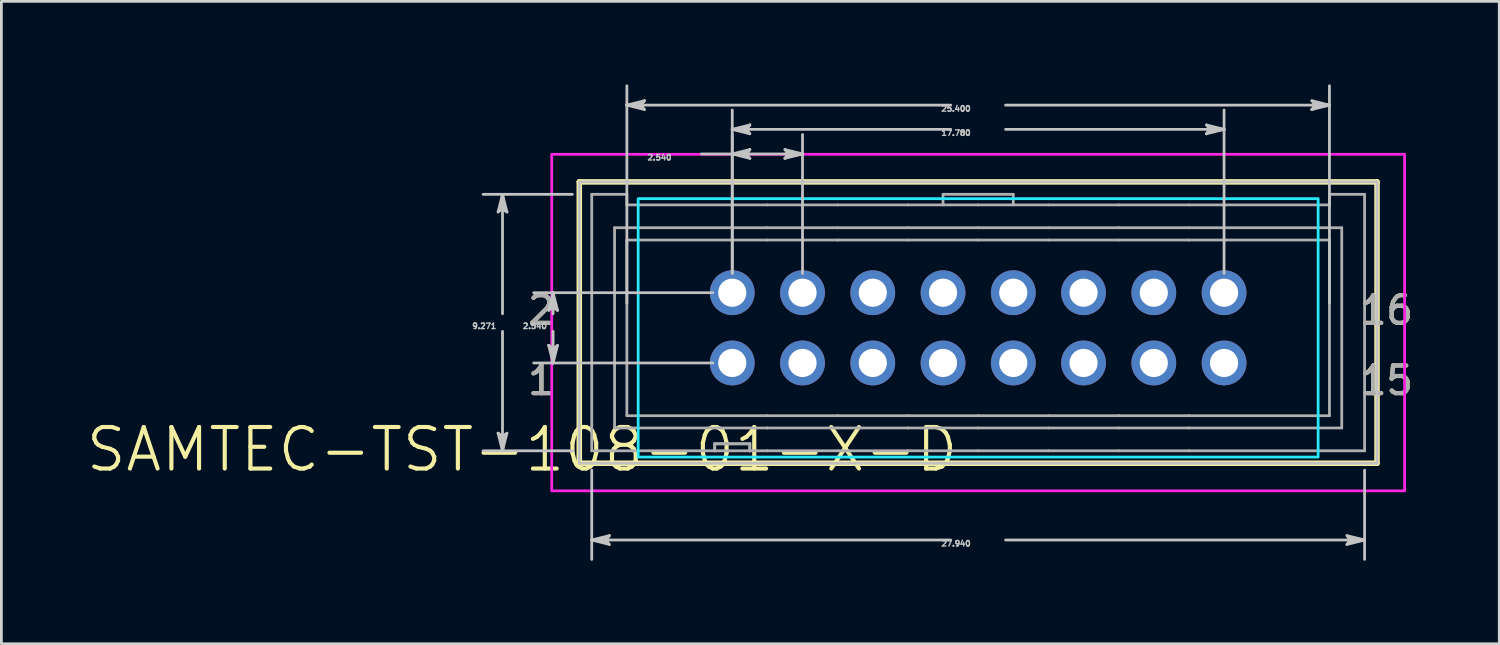
<source format=kicad_pcb>
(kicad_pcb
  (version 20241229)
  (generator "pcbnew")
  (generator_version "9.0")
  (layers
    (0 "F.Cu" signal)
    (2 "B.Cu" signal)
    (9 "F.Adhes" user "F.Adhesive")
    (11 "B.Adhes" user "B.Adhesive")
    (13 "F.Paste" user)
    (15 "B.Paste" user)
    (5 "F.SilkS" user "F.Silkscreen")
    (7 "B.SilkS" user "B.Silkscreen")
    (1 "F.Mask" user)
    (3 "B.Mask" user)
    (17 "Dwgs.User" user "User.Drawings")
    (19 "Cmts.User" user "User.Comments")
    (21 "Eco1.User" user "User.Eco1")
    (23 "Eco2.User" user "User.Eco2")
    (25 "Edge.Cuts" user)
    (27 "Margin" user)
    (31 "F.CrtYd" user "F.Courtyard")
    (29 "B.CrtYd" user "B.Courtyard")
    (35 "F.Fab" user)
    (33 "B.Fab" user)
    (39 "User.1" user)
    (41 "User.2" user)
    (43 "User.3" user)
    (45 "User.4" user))
  (footprint "SAMTEC-TST-108-01-X-D"
    (layer "F.Cu")
    (at 32.313 8.612)
    (property "Reference" "SAMTEC-TST-108-01-X-D" (at -16.488 4.59 0) (layer "F.SilkS") (effects (font (size 1.5 1.5) (thickness 0.15))))
    (attr through_hole)
    (fp_circle (center -8.89 -1.08) (end -8.029 -1.08) (stroke (width 0) (type solid)) (fill yes) (layer "F.Mask"))
    (fp_circle (center -8.89 1.46) (end -8.029 1.46) (stroke (width 0) (type solid)) (fill yes) (layer "F.Mask"))
    (fp_circle (center -6.35 -1.08) (end -5.489 -1.08) (stroke (width 0) (type solid)) (fill yes) (layer "F.Mask"))
    (fp_circle (center -6.35 1.46) (end -5.489 1.46) (stroke (width 0) (type solid)) (fill yes) (layer "F.Mask"))
    (fp_circle (center -3.81 -1.08) (end -2.949 -1.08) (stroke (width 0) (type solid)) (fill yes) (layer "F.Mask"))
    (fp_circle (center -3.81 1.46) (end -2.949 1.46) (stroke (width 0) (type solid)) (fill yes) (layer "F.Mask"))
    (fp_circle (center -1.27 -1.08) (end -0.409 -1.08) (stroke (width 0) (type solid)) (fill yes) (layer "F.Mask"))
    (fp_circle (center -1.27 1.46) (end -0.409 1.46) (stroke (width 0) (type solid)) (fill yes) (layer "F.Mask"))
    (fp_circle (center 1.27 -1.08) (end 2.131 -1.08) (stroke (width 0) (type solid)) (fill yes) (layer "F.Mask"))
    (fp_circle (center 1.27 1.46) (end 2.131 1.46) (stroke (width 0) (type solid)) (fill yes) (layer "F.Mask"))
    (fp_circle (center 3.81 -1.08) (end 4.671 -1.08) (stroke (width 0) (type solid)) (fill yes) (layer "F.Mask"))
    (fp_circle (center 3.81 1.46) (end 4.671 1.46) (stroke (width 0) (type solid)) (fill yes) (layer "F.Mask"))
    (fp_circle (center 6.35 -1.08) (end 7.211 -1.08) (stroke (width 0) (type solid)) (fill yes) (layer "F.Mask"))
    (fp_circle (center 6.35 1.46) (end 7.211 1.46) (stroke (width 0) (type solid)) (fill yes) (layer "F.Mask"))
    (fp_circle (center 8.89 -1.08) (end 9.751 -1.08) (stroke (width 0) (type solid)) (fill yes) (layer "F.Mask"))
    (fp_circle (center 8.89 1.46) (end 9.751 1.46) (stroke (width 0) (type solid)) (fill yes) (layer "F.Mask"))
    (fp_circle (center -8.89 -1.08) (end -8.029 -1.08) (stroke (width 0) (type solid)) (fill yes) (layer "B.Mask"))
    (fp_circle (center -8.89 1.46) (end -8.029 1.46) (stroke (width 0) (type solid)) (fill yes) (layer "B.Mask"))
    (fp_circle (center -6.35 -1.08) (end -5.489 -1.08) (stroke (width 0) (type solid)) (fill yes) (layer "B.Mask"))
    (fp_circle (center -6.35 1.46) (end -5.489 1.46) (stroke (width 0) (type solid)) (fill yes) (layer "B.Mask"))
    (fp_circle (center -3.81 -1.08) (end -2.949 -1.08) (stroke (width 0) (type solid)) (fill yes) (layer "B.Mask"))
    (fp_circle (center -3.81 1.46) (end -2.949 1.46) (stroke (width 0) (type solid)) (fill yes) (layer "B.Mask"))
    (fp_circle (center -1.27 -1.08) (end -0.409 -1.08) (stroke (width 0) (type solid)) (fill yes) (layer "B.Mask"))
    (fp_circle (center -1.27 1.46) (end -0.409 1.46) (stroke (width 0) (type solid)) (fill yes) (layer "B.Mask"))
    (fp_circle (center 1.27 -1.08) (end 2.131 -1.08) (stroke (width 0) (type solid)) (fill yes) (layer "B.Mask"))
    (fp_circle (center 1.27 1.46) (end 2.131 1.46) (stroke (width 0) (type solid)) (fill yes) (layer "B.Mask"))
    (fp_circle (center 3.81 -1.08) (end 4.671 -1.08) (stroke (width 0) (type solid)) (fill yes) (layer "B.Mask"))
    (fp_circle (center 3.81 1.46) (end 4.671 1.46) (stroke (width 0) (type solid)) (fill yes) (layer "B.Mask"))
    (fp_circle (center 6.35 -1.08) (end 7.211 -1.08) (stroke (width 0) (type solid)) (fill yes) (layer "B.Mask"))
    (fp_circle (center 6.35 1.46) (end 7.211 1.46) (stroke (width 0) (type solid)) (fill yes) (layer "B.Mask"))
    (fp_circle (center 8.89 -1.08) (end 9.751 -1.08) (stroke (width 0) (type solid)) (fill yes) (layer "B.Mask"))
    (fp_circle (center 8.89 1.46) (end 9.751 1.46) (stroke (width 0) (type solid)) (fill yes) (layer "B.Mask"))
    (fp_line (start -14.42 -5.086) (end -14.42 5.086) (stroke (width 0.2) (type solid)) (layer "F.SilkS"))
    (fp_line (start -14.42 5.086) (end 14.42 5.086) (stroke (width 0.2) (type solid)) (layer "F.SilkS"))
    (fp_line (start 14.42 -5.086) (end -14.42 -5.086) (stroke (width 0.2) (type solid)) (layer "F.SilkS"))
    (fp_line (start 14.42 5.086) (end 14.42 -5.086) (stroke (width 0.2) (type solid)) (layer "F.SilkS"))
    (fp_line (start -17.355 -4) (end -17.196 -4.128) (stroke (width 0.1) (type solid)) (layer "Dwgs.User"))
    (fp_line (start -17.355 4) (end -17.196 4.636) (stroke (width 0.1) (type solid)) (layer "Dwgs.User"))
    (fp_line (start -17.275 -4.064) (end -17.196 -4.128) (stroke (width 0.1) (type solid)) (layer "Dwgs.User"))
    (fp_line (start -17.275 4.064) (end -17.355 4) (stroke (width 0.1) (type solid)) (layer "Dwgs.User"))
    (fp_line (start -17.196 -4.636) (end -17.355 -4) (stroke (width 0.1) (type solid)) (layer "Dwgs.User"))
    (fp_line (start -17.196 -4.636) (end -17.275 -4.064) (stroke (width 0.1) (type solid)) (layer "Dwgs.User"))
    (fp_line (start -17.196 -4.636) (end -17.116 -4.064) (stroke (width 0.1) (type solid)) (layer "Dwgs.User"))
    (fp_line (start -17.196 -4.128) (end -17.196 -4.636) (stroke (width 0.1) (type solid)) (layer "Dwgs.User"))
    (fp_line (start -17.196 -4.128) (end -17.037 -4) (stroke (width 0.1) (type solid)) (layer "Dwgs.User"))
    (fp_line (start -17.196 -0.318) (end -17.196 -4.636) (stroke (width 0.1) (type solid)) (layer "Dwgs.User"))
    (fp_line (start -17.196 0.318) (end -17.196 4.636) (stroke (width 0.1) (type solid)) (layer "Dwgs.User"))
    (fp_line (start -17.196 4.128) (end -17.355 4) (stroke (width 0.1) (type solid)) (layer "Dwgs.User"))
    (fp_line (start -17.196 4.128) (end -17.196 4.636) (stroke (width 0.1) (type solid)) (layer "Dwgs.User"))
    (fp_line (start -17.196 4.636) (end -17.275 4.064) (stroke (width 0.1) (type solid)) (layer "Dwgs.User"))
    (fp_line (start -17.196 4.636) (end -17.116 4.064) (stroke (width 0.1) (type solid)) (layer "Dwgs.User"))
    (fp_line (start -17.196 4.636) (end -17.037 4) (stroke (width 0.1) (type solid)) (layer "Dwgs.User"))
    (fp_line (start -17.116 -4.064) (end -17.037 -4) (stroke (width 0.1) (type solid)) (layer "Dwgs.User"))
    (fp_line (start -17.116 4.064) (end -17.196 4.128) (stroke (width 0.1) (type solid)) (layer "Dwgs.User"))
    (fp_line (start -17.037 -4) (end -17.196 -4.636) (stroke (width 0.1) (type solid)) (layer "Dwgs.User"))
    (fp_line (start -17.037 4) (end -17.196 4.128) (stroke (width 0.1) (type solid)) (layer "Dwgs.User"))
    (fp_line (start -15.526 -0.444) (end -15.367 -0.572) (stroke (width 0.1) (type solid)) (layer "Dwgs.User"))
    (fp_line (start -15.526 0.826) (end -15.367 1.46) (stroke (width 0.1) (type solid)) (layer "Dwgs.User"))
    (fp_line (start -15.446 -0.508) (end -15.367 -0.572) (stroke (width 0.1) (type solid)) (layer "Dwgs.User"))
    (fp_line (start -15.446 0.889) (end -15.526 0.826) (stroke (width 0.1) (type solid)) (layer "Dwgs.User"))
    (fp_line (start -15.367 -1.08) (end -15.526 -0.444) (stroke (width 0.1) (type solid)) (layer "Dwgs.User"))
    (fp_line (start -15.367 -1.08) (end -15.446 -0.508) (stroke (width 0.1) (type solid)) (layer "Dwgs.User"))
    (fp_line (start -15.367 -1.08) (end -15.288 -0.508) (stroke (width 0.1) (type solid)) (layer "Dwgs.User"))
    (fp_line (start -15.367 -0.572) (end -15.367 -1.08) (stroke (width 0.1) (type solid)) (layer "Dwgs.User"))
    (fp_line (start -15.367 -0.572) (end -15.208 -0.444) (stroke (width 0.1) (type solid)) (layer "Dwgs.User"))
    (fp_line (start -15.367 -0.318) (end -15.367 -1.08) (stroke (width 0.1) (type solid)) (layer "Dwgs.User"))
    (fp_line (start -15.367 0.318) (end -15.367 1.46) (stroke (width 0.1) (type solid)) (layer "Dwgs.User"))
    (fp_line (start -15.367 0.952) (end -15.526 0.826) (stroke (width 0.1) (type solid)) (layer "Dwgs.User"))
    (fp_line (start -15.367 0.952) (end -15.367 1.46) (stroke (width 0.1) (type solid)) (layer "Dwgs.User"))
    (fp_line (start -15.367 1.46) (end -15.446 0.889) (stroke (width 0.1) (type solid)) (layer "Dwgs.User"))
    (fp_line (start -15.367 1.46) (end -15.288 0.889) (stroke (width 0.1) (type solid)) (layer "Dwgs.User"))
    (fp_line (start -15.367 1.46) (end -15.208 0.826) (stroke (width 0.1) (type solid)) (layer "Dwgs.User"))
    (fp_line (start -15.288 -0.508) (end -15.208 -0.444) (stroke (width 0.1) (type solid)) (layer "Dwgs.User"))
    (fp_line (start -15.288 0.889) (end -15.367 0.952) (stroke (width 0.1) (type solid)) (layer "Dwgs.User"))
    (fp_line (start -15.208 -0.444) (end -15.367 -1.08) (stroke (width 0.1) (type solid)) (layer "Dwgs.User"))
    (fp_line (start -15.208 0.826) (end -15.367 0.952) (stroke (width 0.1) (type solid)) (layer "Dwgs.User"))
    (fp_line (start -14.671 -4.636) (end -17.897 -4.636) (stroke (width 0.1) (type solid)) (layer "Dwgs.User"))
    (fp_line (start -14.671 4.636) (end -17.897 4.636) (stroke (width 0.1) (type solid)) (layer "Dwgs.User"))
    (fp_line (start -14.42 -5.086) (end -14.42 5.086) (stroke (width 0.1) (type solid)) (layer "Dwgs.User"))
    (fp_line (start -14.42 5.086) (end 14.42 5.086) (stroke (width 0.1) (type solid)) (layer "Dwgs.User"))
    (fp_line (start -13.97 5.337) (end -13.97 8.562) (stroke (width 0.1) (type solid)) (layer "Dwgs.User"))
    (fp_line (start -13.97 7.861) (end -13.398 7.782) (stroke (width 0.1) (type solid)) (layer "Dwgs.User"))
    (fp_line (start -13.97 7.861) (end -13.398 7.941) (stroke (width 0.1) (type solid)) (layer "Dwgs.User"))
    (fp_line (start -13.97 7.861) (end -13.335 8.02) (stroke (width 0.1) (type solid)) (layer "Dwgs.User"))
    (fp_line (start -13.462 7.861) (end -13.97 7.861) (stroke (width 0.1) (type solid)) (layer "Dwgs.User"))
    (fp_line (start -13.462 7.861) (end -13.335 7.703) (stroke (width 0.1) (type solid)) (layer "Dwgs.User"))
    (fp_line (start -13.398 7.782) (end -13.335 7.703) (stroke (width 0.1) (type solid)) (layer "Dwgs.User"))
    (fp_line (start -13.398 7.941) (end -13.462 7.861) (stroke (width 0.1) (type solid)) (layer "Dwgs.User"))
    (fp_line (start -13.335 7.703) (end -13.97 7.861) (stroke (width 0.1) (type solid)) (layer "Dwgs.User"))
    (fp_line (start -13.335 8.02) (end -13.462 7.861) (stroke (width 0.1) (type solid)) (layer "Dwgs.User"))
    (fp_line (start -12.7 -7.861) (end -12.128 -7.941) (stroke (width 0.1) (type solid)) (layer "Dwgs.User"))
    (fp_line (start -12.7 -7.861) (end -12.128 -7.782) (stroke (width 0.1) (type solid)) (layer "Dwgs.User"))
    (fp_line (start -12.7 -7.861) (end -12.065 -7.703) (stroke (width 0.1) (type solid)) (layer "Dwgs.User"))
    (fp_line (start -12.7 -0.701) (end -12.7 -8.562) (stroke (width 0.1) (type solid)) (layer "Dwgs.User"))
    (fp_line (start -12.192 -7.861) (end -12.7 -7.861) (stroke (width 0.1) (type solid)) (layer "Dwgs.User"))
    (fp_line (start -12.192 -7.861) (end -12.065 -8.02) (stroke (width 0.1) (type solid)) (layer "Dwgs.User"))
    (fp_line (start -12.128 -7.941) (end -12.065 -8.02) (stroke (width 0.1) (type solid)) (layer "Dwgs.User"))
    (fp_line (start -12.128 -7.782) (end -12.192 -7.861) (stroke (width 0.1) (type solid)) (layer "Dwgs.User"))
    (fp_line (start -12.065 -8.02) (end -12.7 -7.861) (stroke (width 0.1) (type solid)) (layer "Dwgs.User"))
    (fp_line (start -12.065 -7.703) (end -12.192 -7.861) (stroke (width 0.1) (type solid)) (layer "Dwgs.User"))
    (fp_line (start -10.008 -6.096) (end -8.89 -6.096) (stroke (width 0.1) (type solid)) (layer "Dwgs.User"))
    (fp_line (start -9.591 -1.08) (end -16.068 -1.08) (stroke (width 0.1) (type solid)) (layer "Dwgs.User"))
    (fp_line (start -9.591 1.46) (end -16.068 1.46) (stroke (width 0.1) (type solid)) (layer "Dwgs.User"))
    (fp_line (start -8.89 -6.985) (end -8.318 -7.064) (stroke (width 0.1) (type solid)) (layer "Dwgs.User"))
    (fp_line (start -8.89 -6.985) (end -8.318 -6.906) (stroke (width 0.1) (type solid)) (layer "Dwgs.User"))
    (fp_line (start -8.89 -6.985) (end -8.255 -6.826) (stroke (width 0.1) (type solid)) (layer "Dwgs.User"))
    (fp_line (start -8.89 -6.096) (end -8.318 -6.175) (stroke (width 0.1) (type solid)) (layer "Dwgs.User"))
    (fp_line (start -8.89 -6.096) (end -8.318 -6.017) (stroke (width 0.1) (type solid)) (layer "Dwgs.User"))
    (fp_line (start -8.89 -6.096) (end -8.255 -5.937) (stroke (width 0.1) (type solid)) (layer "Dwgs.User"))
    (fp_line (start -8.89 -6.096) (end -6.35 -6.096) (stroke (width 0.1) (type solid)) (layer "Dwgs.User"))
    (fp_line (start -8.89 -1.781) (end -8.89 -7.686) (stroke (width 0.1) (type solid)) (layer "Dwgs.User"))
    (fp_line (start -8.89 -1.781) (end -8.89 -6.797) (stroke (width 0.1) (type solid)) (layer "Dwgs.User"))
    (fp_line (start -8.382 -6.985) (end -8.89 -6.985) (stroke (width 0.1) (type solid)) (layer "Dwgs.User"))
    (fp_line (start -8.382 -6.985) (end -8.255 -7.144) (stroke (width 0.1) (type solid)) (layer "Dwgs.User"))
    (fp_line (start -8.382 -6.096) (end -8.89 -6.096) (stroke (width 0.1) (type solid)) (layer "Dwgs.User"))
    (fp_line (start -8.382 -6.096) (end -8.255 -6.255) (stroke (width 0.1) (type solid)) (layer "Dwgs.User"))
    (fp_line (start -8.318 -7.064) (end -8.255 -7.144) (stroke (width 0.1) (type solid)) (layer "Dwgs.User"))
    (fp_line (start -8.318 -6.906) (end -8.382 -6.985) (stroke (width 0.1) (type solid)) (layer "Dwgs.User"))
    (fp_line (start -8.318 -6.175) (end -8.255 -6.255) (stroke (width 0.1) (type solid)) (layer "Dwgs.User"))
    (fp_line (start -8.318 -6.017) (end -8.382 -6.096) (stroke (width 0.1) (type solid)) (layer "Dwgs.User"))
    (fp_line (start -8.255 -7.144) (end -8.89 -6.985) (stroke (width 0.1) (type solid)) (layer "Dwgs.User"))
    (fp_line (start -8.255 -6.826) (end -8.382 -6.985) (stroke (width 0.1) (type solid)) (layer "Dwgs.User"))
    (fp_line (start -8.255 -6.255) (end -8.89 -6.096) (stroke (width 0.1) (type solid)) (layer "Dwgs.User"))
    (fp_line (start -8.255 -5.937) (end -8.382 -6.096) (stroke (width 0.1) (type solid)) (layer "Dwgs.User"))
    (fp_line (start -6.985 -6.255) (end -6.858 -6.096) (stroke (width 0.1) (type solid)) (layer "Dwgs.User"))
    (fp_line (start -6.985 -5.937) (end -6.35 -6.096) (stroke (width 0.1) (type solid)) (layer "Dwgs.User"))
    (fp_line (start -6.922 -6.175) (end -6.858 -6.096) (stroke (width 0.1) (type solid)) (layer "Dwgs.User"))
    (fp_line (start -6.922 -6.017) (end -6.985 -5.937) (stroke (width 0.1) (type solid)) (layer "Dwgs.User"))
    (fp_line (start -6.858 -6.096) (end -6.985 -5.937) (stroke (width 0.1) (type solid)) (layer "Dwgs.User"))
    (fp_line (start -6.858 -6.096) (end -6.35 -6.096) (stroke (width 0.1) (type solid)) (layer "Dwgs.User"))
    (fp_line (start -6.35 -6.096) (end -6.985 -6.255) (stroke (width 0.1) (type solid)) (layer "Dwgs.User"))
    (fp_line (start -6.35 -6.096) (end -6.922 -6.175) (stroke (width 0.1) (type solid)) (layer "Dwgs.User"))
    (fp_line (start -6.35 -6.096) (end -6.922 -6.017) (stroke (width 0.1) (type solid)) (layer "Dwgs.User"))
    (fp_line (start -6.35 -1.781) (end -6.35 -6.797) (stroke (width 0.1) (type solid)) (layer "Dwgs.User"))
    (fp_line (start -0.991 -7.861) (end -12.7 -7.861) (stroke (width 0.1) (type solid)) (layer "Dwgs.User"))
    (fp_line (start -0.991 -6.985) (end -8.89 -6.985) (stroke (width 0.1) (type solid)) (layer "Dwgs.User"))
    (fp_line (start -0.991 7.861) (end -13.97 7.861) (stroke (width 0.1) (type solid)) (layer "Dwgs.User"))
    (fp_line (start 0.991 -7.861) (end 12.7 -7.861) (stroke (width 0.1) (type solid)) (layer "Dwgs.User"))
    (fp_line (start 0.991 -6.985) (end 8.89 -6.985) (stroke (width 0.1) (type solid)) (layer "Dwgs.User"))
    (fp_line (start 0.991 7.861) (end 13.97 7.861) (stroke (width 0.1) (type solid)) (layer "Dwgs.User"))
    (fp_line (start 8.255 -7.144) (end 8.382 -6.985) (stroke (width 0.1) (type solid)) (layer "Dwgs.User"))
    (fp_line (start 8.255 -6.826) (end 8.89 -6.985) (stroke (width 0.1) (type solid)) (layer "Dwgs.User"))
    (fp_line (start 8.318 -7.064) (end 8.382 -6.985) (stroke (width 0.1) (type solid)) (layer "Dwgs.User"))
    (fp_line (start 8.318 -6.906) (end 8.255 -6.826) (stroke (width 0.1) (type solid)) (layer "Dwgs.User"))
    (fp_line (start 8.382 -6.985) (end 8.255 -6.826) (stroke (width 0.1) (type solid)) (layer "Dwgs.User"))
    (fp_line (start 8.382 -6.985) (end 8.89 -6.985) (stroke (width 0.1) (type solid)) (layer "Dwgs.User"))
    (fp_line (start 8.89 -6.985) (end 8.255 -7.144) (stroke (width 0.1) (type solid)) (layer "Dwgs.User"))
    (fp_line (start 8.89 -6.985) (end 8.318 -7.064) (stroke (width 0.1) (type solid)) (layer "Dwgs.User"))
    (fp_line (start 8.89 -6.985) (end 8.318 -6.906) (stroke (width 0.1) (type solid)) (layer "Dwgs.User"))
    (fp_line (start 8.89 -1.781) (end 8.89 -7.686) (stroke (width 0.1) (type solid)) (layer "Dwgs.User"))
    (fp_line (start 12.065 -8.02) (end 12.192 -7.861) (stroke (width 0.1) (type solid)) (layer "Dwgs.User"))
    (fp_line (start 12.065 -7.703) (end 12.7 -7.861) (stroke (width 0.1) (type solid)) (layer "Dwgs.User"))
    (fp_line (start 12.128 -7.941) (end 12.192 -7.861) (stroke (width 0.1) (type solid)) (layer "Dwgs.User"))
    (fp_line (start 12.128 -7.782) (end 12.065 -7.703) (stroke (width 0.1) (type solid)) (layer "Dwgs.User"))
    (fp_line (start 12.192 -7.861) (end 12.065 -7.703) (stroke (width 0.1) (type solid)) (layer "Dwgs.User"))
    (fp_line (start 12.192 -7.861) (end 12.7 -7.861) (stroke (width 0.1) (type solid)) (layer "Dwgs.User"))
    (fp_line (start 12.7 -7.861) (end 12.065 -8.02) (stroke (width 0.1) (type solid)) (layer "Dwgs.User"))
    (fp_line (start 12.7 -7.861) (end 12.128 -7.941) (stroke (width 0.1) (type solid)) (layer "Dwgs.User"))
    (fp_line (start 12.7 -7.861) (end 12.128 -7.782) (stroke (width 0.1) (type solid)) (layer "Dwgs.User"))
    (fp_line (start 12.7 -0.701) (end 12.7 -8.562) (stroke (width 0.1) (type solid)) (layer "Dwgs.User"))
    (fp_line (start 13.335 7.703) (end 13.462 7.861) (stroke (width 0.1) (type solid)) (layer "Dwgs.User"))
    (fp_line (start 13.335 8.02) (end 13.97 7.861) (stroke (width 0.1) (type solid)) (layer "Dwgs.User"))
    (fp_line (start 13.398 7.782) (end 13.462 7.861) (stroke (width 0.1) (type solid)) (layer "Dwgs.User"))
    (fp_line (start 13.398 7.941) (end 13.335 8.02) (stroke (width 0.1) (type solid)) (layer "Dwgs.User"))
    (fp_line (start 13.462 7.861) (end 13.335 8.02) (stroke (width 0.1) (type solid)) (layer "Dwgs.User"))
    (fp_line (start 13.462 7.861) (end 13.97 7.861) (stroke (width 0.1) (type solid)) (layer "Dwgs.User"))
    (fp_line (start 13.97 5.337) (end 13.97 8.562) (stroke (width 0.1) (type solid)) (layer "Dwgs.User"))
    (fp_line (start 13.97 7.861) (end 13.335 7.703) (stroke (width 0.1) (type solid)) (layer "Dwgs.User"))
    (fp_line (start 13.97 7.861) (end 13.398 7.782) (stroke (width 0.1) (type solid)) (layer "Dwgs.User"))
    (fp_line (start 13.97 7.861) (end 13.398 7.941) (stroke (width 0.1) (type solid)) (layer "Dwgs.User"))
    (fp_line (start 14.42 -5.086) (end -14.42 -5.086) (stroke (width 0.1) (type solid)) (layer "Dwgs.User"))
    (fp_line (start 14.42 5.086) (end 14.42 -5.086) (stroke (width 0.1) (type solid)) (layer "Dwgs.User"))
    (fp_poly (pts (xy -12.291 4.862) (xy -12.291 -4.48) (xy 12.291 -4.48) (xy 12.291 4.862) (xy -12.291 4.862)) (stroke (width 0.1) (type solid)) (fill no) (layer "B.CrtYd"))
    (fp_poly (pts (xy 15.417 -6.083) (xy -15.417 -6.083) (xy -15.417 6.083) (xy 15.417 6.083) (xy 15.417 -6.083)) (stroke (width 0.1) (type solid)) (fill no) (layer "F.CrtYd"))
    (fp_line (start -13.97 -4.636) (end -13.97 4.636) (stroke (width 0.1) (type solid)) (layer "F.Fab"))
    (fp_line (start -13.145 -3.429) (end -13.145 3.81) (stroke (width 0.1) (type solid)) (layer "F.Fab"))
    (fp_line (start -13.145 3.81) (end -7.62 3.81) (stroke (width 0.1) (type solid)) (layer "F.Fab"))
    (fp_line (start -12.7 -4.636) (end -13.97 -4.636) (stroke (width 0.1) (type solid)) (layer "F.Fab"))
    (fp_line (start -12.7 -4.254) (end -12.7 -4.636) (stroke (width 0.1) (type solid)) (layer "F.Fab"))
    (fp_line (start -12.7 -2.984) (end -12.7 3.366) (stroke (width 0.1) (type solid)) (layer "F.Fab"))
    (fp_line (start -12.7 3.366) (end -7.62 3.366) (stroke (width 0.1) (type solid)) (layer "F.Fab"))
    (fp_line (start -9.525 4.382) (end -9.525 4.636) (stroke (width 0.1) (type solid)) (layer "F.Fab"))
    (fp_line (start -9.525 4.382) (end -9.525 4.636) (stroke (width 0.1) (type solid)) (layer "F.Fab"))
    (fp_line (start -9.525 4.636) (end -13.97 4.636) (stroke (width 0.1) (type solid)) (layer "F.Fab"))
    (fp_line (start -9.208 -1.397) (end -9.208 -0.762) (stroke (width 0.1) (type solid)) (layer "F.Fab"))
    (fp_line (start -9.208 1.143) (end -9.208 1.778) (stroke (width 0.1) (type solid)) (layer "F.Fab"))
    (fp_line (start -8.572 -1.397) (end -9.208 -1.397) (stroke (width 0.1) (type solid)) (layer "F.Fab"))
    (fp_line (start -8.572 -1.397) (end -8.572 -0.762) (stroke (width 0.1) (type solid)) (layer "F.Fab"))
    (fp_line (start -8.572 -0.762) (end -9.208 -0.762) (stroke (width 0.1) (type solid)) (layer "F.Fab"))
    (fp_line (start -8.572 1.143) (end -9.208 1.143) (stroke (width 0.1) (type solid)) (layer "F.Fab"))
    (fp_line (start -8.572 1.143) (end -8.572 1.778) (stroke (width 0.1) (type solid)) (layer "F.Fab"))
    (fp_line (start -8.572 1.778) (end -9.208 1.778) (stroke (width 0.1) (type solid)) (layer "F.Fab"))
    (fp_line (start -8.255 4.382) (end -9.525 4.382) (stroke (width 0.1) (type solid)) (layer "F.Fab"))
    (fp_line (start -8.255 4.382) (end -9.525 4.382) (stroke (width 0.1) (type solid)) (layer "F.Fab"))
    (fp_line (start -8.255 4.382) (end -8.255 4.636) (stroke (width 0.1) (type solid)) (layer "F.Fab"))
    (fp_line (start -8.255 4.382) (end -8.255 4.636) (stroke (width 0.1) (type solid)) (layer "F.Fab"))
    (fp_line (start -8.255 4.636) (end -9.525 4.636) (stroke (width 0.1) (type solid)) (layer "F.Fab"))
    (fp_line (start -7.62 -4.254) (end -12.7 -4.254) (stroke (width 0.1) (type solid)) (layer "F.Fab"))
    (fp_line (start -7.62 -3.429) (end -13.145 -3.429) (stroke (width 0.1) (type solid)) (layer "F.Fab"))
    (fp_line (start -7.62 -2.984) (end -12.7 -2.984) (stroke (width 0.1) (type solid)) (layer "F.Fab"))
    (fp_line (start -7.62 3.366) (end -5.08 3.366) (stroke (width 0.1) (type solid)) (layer "F.Fab"))
    (fp_line (start -7.62 3.81) (end -5.08 3.81) (stroke (width 0.1) (type solid)) (layer "F.Fab"))
    (fp_line (start -7.62 4.636) (end -8.255 4.636) (stroke (width 0.1) (type solid)) (layer "F.Fab"))
    (fp_line (start -6.668 -0.762) (end -6.668 -1.397) (stroke (width 0.1) (type solid)) (layer "F.Fab"))
    (fp_line (start -6.668 1.778) (end -6.668 1.143) (stroke (width 0.1) (type solid)) (layer "F.Fab"))
    (fp_line (start -6.032 -1.397) (end -6.668 -1.397) (stroke (width 0.1) (type solid)) (layer "F.Fab"))
    (fp_line (start -6.032 -1.397) (end -6.032 -0.762) (stroke (width 0.1) (type solid)) (layer "F.Fab"))
    (fp_line (start -6.032 -0.762) (end -6.668 -0.762) (stroke (width 0.1) (type solid)) (layer "F.Fab"))
    (fp_line (start -6.032 1.143) (end -6.668 1.143) (stroke (width 0.1) (type solid)) (layer "F.Fab"))
    (fp_line (start -6.032 1.143) (end -6.032 1.778) (stroke (width 0.1) (type solid)) (layer "F.Fab"))
    (fp_line (start -6.032 1.778) (end -6.668 1.778) (stroke (width 0.1) (type solid)) (layer "F.Fab"))
    (fp_line (start -5.08 -4.254) (end -7.62 -4.254) (stroke (width 0.1) (type solid)) (layer "F.Fab"))
    (fp_line (start -5.08 -3.429) (end -7.62 -3.429) (stroke (width 0.1) (type solid)) (layer "F.Fab"))
    (fp_line (start -5.08 -2.984) (end -7.62 -2.984) (stroke (width 0.1) (type solid)) (layer "F.Fab"))
    (fp_line (start -5.08 3.366) (end -2.54 3.366) (stroke (width 0.1) (type solid)) (layer "F.Fab"))
    (fp_line (start -5.08 3.81) (end -2.54 3.81) (stroke (width 0.1) (type solid)) (layer "F.Fab"))
    (fp_line (start -5.08 4.636) (end -7.62 4.636) (stroke (width 0.1) (type solid)) (layer "F.Fab"))
    (fp_line (start -4.128 -0.762) (end -4.128 -1.397) (stroke (width 0.1) (type solid)) (layer "F.Fab"))
    (fp_line (start -4.128 1.778) (end -4.128 1.143) (stroke (width 0.1) (type solid)) (layer "F.Fab"))
    (fp_line (start -3.492 -1.397) (end -4.128 -1.397) (stroke (width 0.1) (type solid)) (layer "F.Fab"))
    (fp_line (start -3.492 -1.397) (end -3.492 -0.762) (stroke (width 0.1) (type solid)) (layer "F.Fab"))
    (fp_line (start -3.492 -0.762) (end -4.128 -0.762) (stroke (width 0.1) (type solid)) (layer "F.Fab"))
    (fp_line (start -3.492 1.143) (end -4.128 1.143) (stroke (width 0.1) (type solid)) (layer "F.Fab"))
    (fp_line (start -3.492 1.143) (end -3.492 1.778) (stroke (width 0.1) (type solid)) (layer "F.Fab"))
    (fp_line (start -3.492 1.778) (end -4.128 1.778) (stroke (width 0.1) (type solid)) (layer "F.Fab"))
    (fp_line (start -2.54 -4.254) (end -5.08 -4.254) (stroke (width 0.1) (type solid)) (layer "F.Fab"))
    (fp_line (start -2.54 -3.429) (end -5.08 -3.429) (stroke (width 0.1) (type solid)) (layer "F.Fab"))
    (fp_line (start -2.54 -2.984) (end -5.08 -2.984) (stroke (width 0.1) (type solid)) (layer "F.Fab"))
    (fp_line (start -2.54 3.366) (end 0 3.366) (stroke (width 0.1) (type solid)) (layer "F.Fab"))
    (fp_line (start -2.54 3.81) (end 0 3.81) (stroke (width 0.1) (type solid)) (layer "F.Fab"))
    (fp_line (start -2.54 4.636) (end -5.08 4.636) (stroke (width 0.1) (type solid)) (layer "F.Fab"))
    (fp_line (start -1.588 -0.762) (end -1.588 -1.397) (stroke (width 0.1) (type solid)) (layer "F.Fab"))
    (fp_line (start -1.588 1.778) (end -1.588 1.143) (stroke (width 0.1) (type solid)) (layer "F.Fab"))
    (fp_line (start -1.27 -4.636) (end -1.27 -4.254) (stroke (width 0.1) (type solid)) (layer "F.Fab"))
    (fp_line (start -0.952 -1.397) (end -1.588 -1.397) (stroke (width 0.1) (type solid)) (layer "F.Fab"))
    (fp_line (start -0.952 -1.397) (end -0.952 -0.762) (stroke (width 0.1) (type solid)) (layer "F.Fab"))
    (fp_line (start -0.952 -0.762) (end -1.588 -0.762) (stroke (width 0.1) (type solid)) (layer "F.Fab"))
    (fp_line (start -0.952 1.143) (end -1.588 1.143) (stroke (width 0.1) (type solid)) (layer "F.Fab"))
    (fp_line (start -0.952 1.143) (end -0.952 1.778) (stroke (width 0.1) (type solid)) (layer "F.Fab"))
    (fp_line (start -0.952 1.778) (end -1.588 1.778) (stroke (width 0.1) (type solid)) (layer "F.Fab"))
    (fp_line (start 0 -4.254) (end -2.54 -4.254) (stroke (width 0.1) (type solid)) (layer "F.Fab"))
    (fp_line (start 0 -3.429) (end -2.54 -3.429) (stroke (width 0.1) (type solid)) (layer "F.Fab"))
    (fp_line (start 0 -2.984) (end -2.54 -2.984) (stroke (width 0.1) (type solid)) (layer "F.Fab"))
    (fp_line (start 0 3.366) (end 2.54 3.366) (stroke (width 0.1) (type solid)) (layer "F.Fab"))
    (fp_line (start 0 3.81) (end 2.54 3.81) (stroke (width 0.1) (type solid)) (layer "F.Fab"))
    (fp_line (start 0 4.636) (end -2.54 4.636) (stroke (width 0.1) (type solid)) (layer "F.Fab"))
    (fp_line (start 0.952 -0.762) (end 0.952 -1.397) (stroke (width 0.1) (type solid)) (layer "F.Fab"))
    (fp_line (start 0.952 1.778) (end 0.952 1.143) (stroke (width 0.1) (type solid)) (layer "F.Fab"))
    (fp_line (start 1.27 -4.636) (end -1.27 -4.636) (stroke (width 0.1) (type solid)) (layer "F.Fab"))
    (fp_line (start 1.27 -4.254) (end 1.27 -4.636) (stroke (width 0.1) (type solid)) (layer "F.Fab"))
    (fp_line (start 1.588 -1.397) (end 0.952 -1.397) (stroke (width 0.1) (type solid)) (layer "F.Fab"))
    (fp_line (start 1.588 -1.397) (end 1.588 -0.762) (stroke (width 0.1) (type solid)) (layer "F.Fab"))
    (fp_line (start 1.588 -0.762) (end 0.952 -0.762) (stroke (width 0.1) (type solid)) (layer "F.Fab"))
    (fp_line (start 1.588 1.143) (end 0.952 1.143) (stroke (width 0.1) (type solid)) (layer "F.Fab"))
    (fp_line (start 1.588 1.143) (end 1.588 1.778) (stroke (width 0.1) (type solid)) (layer "F.Fab"))
    (fp_line (start 1.588 1.778) (end 0.952 1.778) (stroke (width 0.1) (type solid)) (layer "F.Fab"))
    (fp_line (start 2.54 -4.254) (end 0 -4.254) (stroke (width 0.1) (type solid)) (layer "F.Fab"))
    (fp_line (start 2.54 -3.429) (end 0 -3.429) (stroke (width 0.1) (type solid)) (layer "F.Fab"))
    (fp_line (start 2.54 -2.984) (end 0 -2.984) (stroke (width 0.1) (type solid)) (layer "F.Fab"))
    (fp_line (start 2.54 3.366) (end 5.08 3.366) (stroke (width 0.1) (type solid)) (layer "F.Fab"))
    (fp_line (start 2.54 3.81) (end 5.08 3.81) (stroke (width 0.1) (type solid)) (layer "F.Fab"))
    (fp_line (start 2.54 4.636) (end 0 4.636) (stroke (width 0.1) (type solid)) (layer "F.Fab"))
    (fp_line (start 3.492 -0.762) (end 3.492 -1.397) (stroke (width 0.1) (type solid)) (layer "F.Fab"))
    (fp_line (start 3.492 1.778) (end 3.492 1.143) (stroke (width 0.1) (type solid)) (layer "F.Fab"))
    (fp_line (start 4.128 -1.397) (end 3.492 -1.397) (stroke (width 0.1) (type solid)) (layer "F.Fab"))
    (fp_line (start 4.128 -1.397) (end 4.128 -0.762) (stroke (width 0.1) (type solid)) (layer "F.Fab"))
    (fp_line (start 4.128 -0.762) (end 3.492 -0.762) (stroke (width 0.1) (type solid)) (layer "F.Fab"))
    (fp_line (start 4.128 1.143) (end 3.492 1.143) (stroke (width 0.1) (type solid)) (layer "F.Fab"))
    (fp_line (start 4.128 1.143) (end 4.128 1.778) (stroke (width 0.1) (type solid)) (layer "F.Fab"))
    (fp_line (start 4.128 1.778) (end 3.492 1.778) (stroke (width 0.1) (type solid)) (layer "F.Fab"))
    (fp_line (start 5.08 -4.254) (end 2.54 -4.254) (stroke (width 0.1) (type solid)) (layer "F.Fab"))
    (fp_line (start 5.08 -3.429) (end 2.54 -3.429) (stroke (width 0.1) (type solid)) (layer "F.Fab"))
    (fp_line (start 5.08 -2.984) (end 2.54 -2.984) (stroke (width 0.1) (type solid)) (layer "F.Fab"))
    (fp_line (start 5.08 3.366) (end 7.62 3.366) (stroke (width 0.1) (type solid)) (layer "F.Fab"))
    (fp_line (start 5.08 3.81) (end 7.62 3.81) (stroke (width 0.1) (type solid)) (layer "F.Fab"))
    (fp_line (start 5.08 4.636) (end 2.54 4.636) (stroke (width 0.1) (type solid)) (layer "F.Fab"))
    (fp_line (start 6.032 -0.762) (end 6.032 -1.397) (stroke (width 0.1) (type solid)) (layer "F.Fab"))
    (fp_line (start 6.032 1.778) (end 6.032 1.143) (stroke (width 0.1) (type solid)) (layer "F.Fab"))
    (fp_line (start 6.668 -1.397) (end 6.032 -1.397) (stroke (width 0.1) (type solid)) (layer "F.Fab"))
    (fp_line (start 6.668 -1.397) (end 6.668 -0.762) (stroke (width 0.1) (type solid)) (layer "F.Fab"))
    (fp_line (start 6.668 -0.762) (end 6.032 -0.762) (stroke (width 0.1) (type solid)) (layer "F.Fab"))
    (fp_line (start 6.668 1.143) (end 6.032 1.143) (stroke (width 0.1) (type solid)) (layer "F.Fab"))
    (fp_line (start 6.668 1.143) (end 6.668 1.778) (stroke (width 0.1) (type solid)) (layer "F.Fab"))
    (fp_line (start 6.668 1.778) (end 6.032 1.778) (stroke (width 0.1) (type solid)) (layer "F.Fab"))
    (fp_line (start 7.62 -4.254) (end 5.08 -4.254) (stroke (width 0.1) (type solid)) (layer "F.Fab"))
    (fp_line (start 7.62 -3.429) (end 5.08 -3.429) (stroke (width 0.1) (type solid)) (layer "F.Fab"))
    (fp_line (start 7.62 -2.984) (end 5.08 -2.984) (stroke (width 0.1) (type solid)) (layer "F.Fab"))
    (fp_line (start 7.62 3.366) (end 12.7 3.366) (stroke (width 0.1) (type solid)) (layer "F.Fab"))
    (fp_line (start 7.62 3.81) (end 13.145 3.81) (stroke (width 0.1) (type solid)) (layer "F.Fab"))
    (fp_line (start 7.62 4.636) (end 5.08 4.636) (stroke (width 0.1) (type solid)) (layer "F.Fab"))
    (fp_line (start 8.572 -0.762) (end 8.572 -1.397) (stroke (width 0.1) (type solid)) (layer "F.Fab"))
    (fp_line (start 8.572 -0.762) (end 9.208 -0.762) (stroke (width 0.1) (type solid)) (layer "F.Fab"))
    (fp_line (start 8.572 1.778) (end 8.572 1.143) (stroke (width 0.1) (type solid)) (layer "F.Fab"))
    (fp_line (start 9.208 -1.397) (end 8.572 -1.397) (stroke (width 0.1) (type solid)) (layer "F.Fab"))
    (fp_line (start 9.208 -1.397) (end 9.208 -0.762) (stroke (width 0.1) (type solid)) (layer "F.Fab"))
    (fp_line (start 9.208 -0.762) (end 8.572 -0.762) (stroke (width 0.1) (type solid)) (layer "F.Fab"))
    (fp_line (start 9.208 1.143) (end 8.572 1.143) (stroke (width 0.1) (type solid)) (layer "F.Fab"))
    (fp_line (start 9.208 1.143) (end 9.208 1.778) (stroke (width 0.1) (type solid)) (layer "F.Fab"))
    (fp_line (start 9.208 1.778) (end 8.572 1.778) (stroke (width 0.1) (type solid)) (layer "F.Fab"))
    (fp_line (start 12.7 -4.636) (end 12.7 -4.254) (stroke (width 0.1) (type solid)) (layer "F.Fab"))
    (fp_line (start 12.7 -4.254) (end 7.62 -4.254) (stroke (width 0.1) (type solid)) (layer "F.Fab"))
    (fp_line (start 12.7 -2.984) (end 7.62 -2.984) (stroke (width 0.1) (type solid)) (layer "F.Fab"))
    (fp_line (start 12.7 3.366) (end 12.7 -2.984) (stroke (width 0.1) (type solid)) (layer "F.Fab"))
    (fp_line (start 13.145 -3.429) (end 7.62 -3.429) (stroke (width 0.1) (type solid)) (layer "F.Fab"))
    (fp_line (start 13.145 3.81) (end 13.145 -3.429) (stroke (width 0.1) (type solid)) (layer "F.Fab"))
    (fp_line (start 13.97 -4.636) (end 12.7 -4.636) (stroke (width 0.1) (type solid)) (layer "F.Fab"))
    (fp_line (start 13.97 -4.636) (end 13.97 4.636) (stroke (width 0.1) (type solid)) (layer "F.Fab"))
    (fp_line (start 13.97 4.636) (end 7.62 4.636) (stroke (width 0.1) (type solid)) (layer "F.Fab"))
    (fp_text user "1" (at -15.79 2.096 0) (layer "F.SilkS") (effects (font (size 1 1) (thickness 0.15))))
    (fp_text user "15" (at 14.761 2.096 0) (layer "F.SilkS") (effects (font (size 1 1) (thickness 0.15))))
    (fp_text user "2" (at -15.79 -0.444 0) (layer "F.SilkS") (effects (font (size 1 1) (thickness 0.15))))
    (fp_text user "16" (at 14.761 -0.444 0) (layer "F.SilkS") (effects (font (size 1 1) (thickness 0.15))))
    (fp_text user "27.940" (at -0.8 7.988 0) (layer "Dwgs.User") (effects (font (size 0.2 0.2) (thickness 0.15))))
    (fp_text user "25.400" (at -0.8 -7.734 0) (layer "Dwgs.User") (effects (font (size 0.2 0.2) (thickness 0.15))))
    (fp_text user "2.540" (at -11.519 -5.969 0) (layer "Dwgs.User") (effects (font (size 0.2 0.2) (thickness 0.15))))
    (fp_text user "17.780" (at -0.8 -6.858 0) (layer "Dwgs.User") (effects (font (size 0.2 0.2) (thickness 0.15))))
    (fp_text user "2.540" (at -16.027 0.127 0) (layer "Dwgs.User") (effects (font (size 0.2 0.2) (thickness 0.15))))
    (fp_text user "9.271" (at -17.856 0.127 0) (layer "Dwgs.User") (effects (font (size 0.2 0.2) (thickness 0.15))))
    (fp_text user "16" (at 14.761 -0.444 0) (layer "F.Fab") (effects (font (size 1 1) (thickness 0.15))))
    (fp_text user "1" (at -15.79 2.096 0) (layer "F.Fab") (effects (font (size 1 1) (thickness 0.15))))
    (fp_text user "15" (at 14.761 2.096 0) (layer "F.Fab") (effects (font (size 1 1) (thickness 0.15))))
    (fp_text user "2" (at -15.79 -0.444 0) (layer "F.Fab") (effects (font (size 1 1) (thickness 0.15))))
    (pad "1" thru_hole circle (at -8.89 1.46) (size 1.62 1.62) (drill 1.02) (layers "*.Cu"))
    (pad "2" thru_hole circle (at -8.89 -1.08) (size 1.62 1.62) (drill 1.02) (layers "*.Cu"))
    (pad "3" thru_hole circle (at -6.35 1.46) (size 1.62 1.62) (drill 1.02) (layers "*.Cu"))
    (pad "4" thru_hole circle (at -6.35 -1.08) (size 1.62 1.62) (drill 1.02) (layers "*.Cu"))
    (pad "5" thru_hole circle (at -3.81 1.46) (size 1.62 1.62) (drill 1.02) (layers "*.Cu"))
    (pad "6" thru_hole circle (at -3.81 -1.08) (size 1.62 1.62) (drill 1.02) (layers "*.Cu"))
    (pad "7" thru_hole circle (at -1.27 1.46) (size 1.62 1.62) (drill 1.02) (layers "*.Cu"))
    (pad "8" thru_hole circle (at -1.27 -1.08) (size 1.62 1.62) (drill 1.02) (layers "*.Cu"))
    (pad "9" thru_hole circle (at 1.27 1.46) (size 1.62 1.62) (drill 1.02) (layers "*.Cu"))
    (pad "10" thru_hole circle (at 1.27 -1.08) (size 1.62 1.62) (drill 1.02) (layers "*.Cu"))
    (pad "11" thru_hole circle (at 3.81 1.46) (size 1.62 1.62) (drill 1.02) (layers "*.Cu"))
    (pad "12" thru_hole circle (at 3.81 -1.08) (size 1.62 1.62) (drill 1.02) (layers "*.Cu"))
    (pad "13" thru_hole circle (at 6.35 1.46) (size 1.62 1.62) (drill 1.02) (layers "*.Cu"))
    (pad "14" thru_hole circle (at 6.35 -1.08) (size 1.62 1.62) (drill 1.02) (layers "*.Cu"))
    (pad "15" thru_hole circle (at 8.89 1.46) (size 1.62 1.62) (drill 1.02) (layers "*.Cu"))
    (pad "16" thru_hole circle (at 8.89 -1.08) (size 1.62 1.62) (drill 1.02) (layers "*.Cu")))
  (gr_rect
    (start -3 -3)
    (end 51.152 20.224)
    (stroke (width 0.1) (type default))
    (fill no)
    (layer "Edge.Cuts")))
</source>
